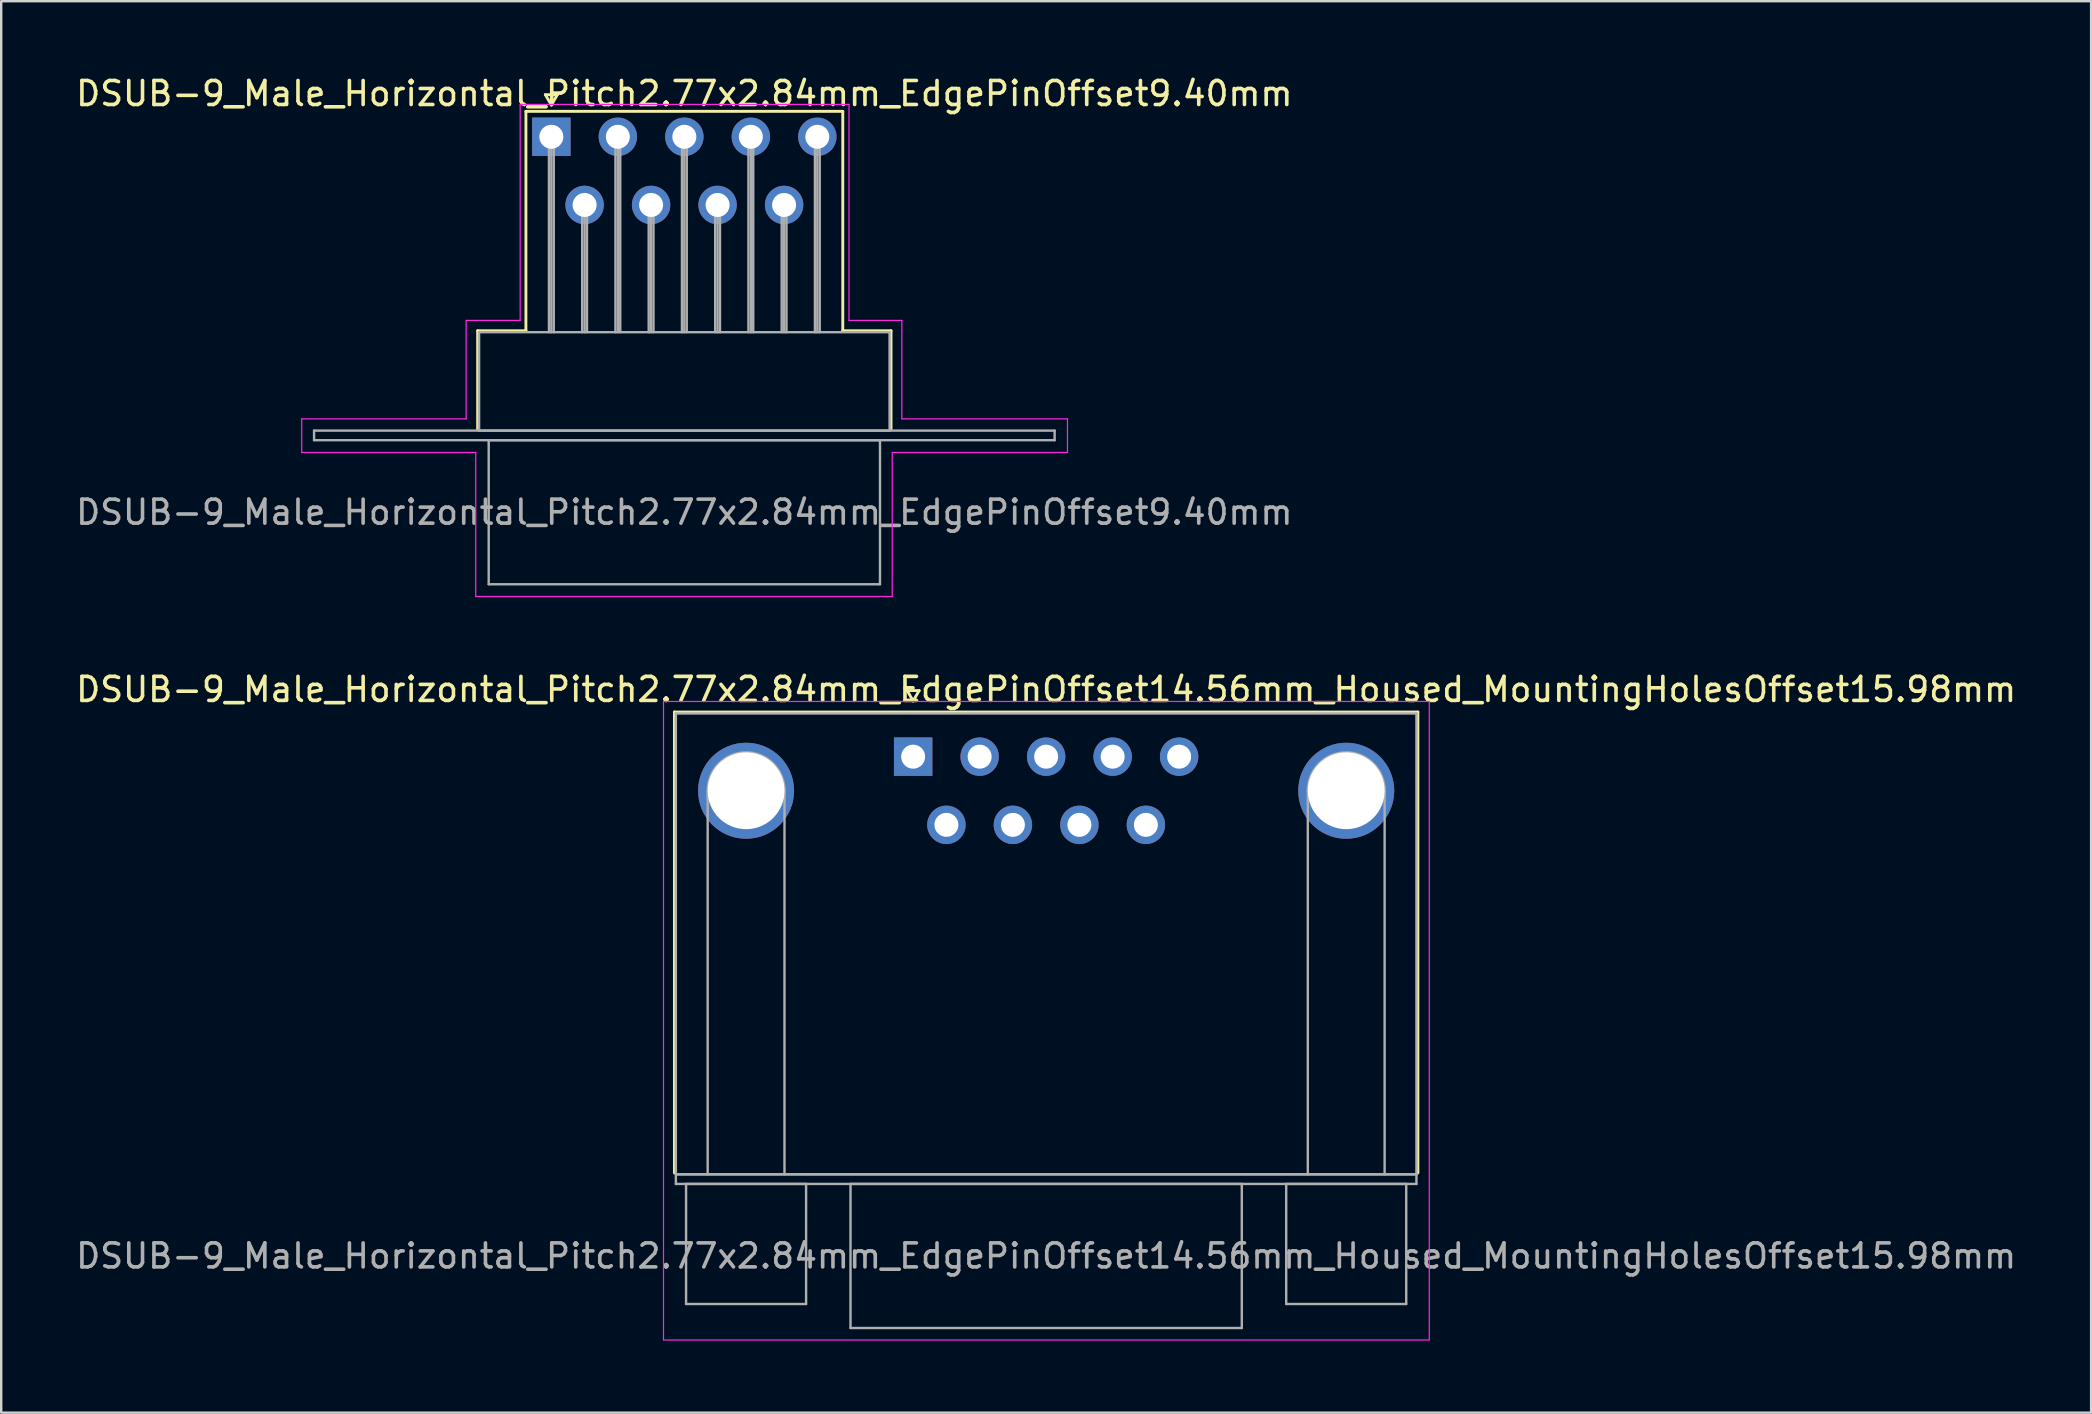
<source format=kicad_pcb>
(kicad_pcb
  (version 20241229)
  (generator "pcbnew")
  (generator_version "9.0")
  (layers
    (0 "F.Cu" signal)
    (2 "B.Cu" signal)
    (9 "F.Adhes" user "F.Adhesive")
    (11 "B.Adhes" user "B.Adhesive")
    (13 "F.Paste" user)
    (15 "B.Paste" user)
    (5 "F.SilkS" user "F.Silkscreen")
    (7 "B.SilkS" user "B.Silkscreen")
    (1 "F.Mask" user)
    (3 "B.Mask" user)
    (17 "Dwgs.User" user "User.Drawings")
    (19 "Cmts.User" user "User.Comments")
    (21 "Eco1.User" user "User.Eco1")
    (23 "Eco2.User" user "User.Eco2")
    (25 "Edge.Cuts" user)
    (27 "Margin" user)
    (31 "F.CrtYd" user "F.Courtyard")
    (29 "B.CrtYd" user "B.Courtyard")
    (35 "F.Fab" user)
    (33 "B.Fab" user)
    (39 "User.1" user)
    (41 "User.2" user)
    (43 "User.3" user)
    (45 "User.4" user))
  (footprint "DSUB-9_Male_Horizontal_Pitch2.77x2.84mm_EdgePinOffset9.40mm"
    (layer "F.Cu")
    (at 19.918 2.648)
    (property "Reference" "DSUB-9_Male_Horizontal_Pitch2.77x2.84mm_EdgePinOffset9.40mm" (at 5.54 -1.8 0) (layer "F.SilkS") (effects (font (size 1 1) (thickness 0.15))))
    (attr through_hole)
    (fp_line (start -3.07 8.08) (end -1.06 8.08) (stroke (width 0.12) (type solid)) (layer "F.SilkS"))
    (fp_line (start -3.07 12.18) (end -3.07 8.08) (stroke (width 0.12) (type solid)) (layer "F.SilkS"))
    (fp_line (start -1.06 -1.06) (end 12.14 -1.06) (stroke (width 0.12) (type solid)) (layer "F.SilkS"))
    (fp_line (start -1.06 8.08) (end -1.06 -1.06) (stroke (width 0.12) (type solid)) (layer "F.SilkS"))
    (fp_line (start -0.25 -1.754) (end 0.25 -1.754) (stroke (width 0.12) (type solid)) (layer "F.SilkS"))
    (fp_line (start 0 -1.321) (end -0.25 -1.754) (stroke (width 0.12) (type solid)) (layer "F.SilkS"))
    (fp_line (start 0.25 -1.754) (end 0 -1.321) (stroke (width 0.12) (type solid)) (layer "F.SilkS"))
    (fp_line (start 12.14 -1.06) (end 12.14 8.08) (stroke (width 0.12) (type solid)) (layer "F.SilkS"))
    (fp_line (start 12.14 8.08) (end 14.15 8.08) (stroke (width 0.12) (type solid)) (layer "F.SilkS"))
    (fp_line (start 14.15 8.08) (end 14.15 12.18) (stroke (width 0.12) (type solid)) (layer "F.SilkS"))
    (fp_line (start -10.4 11.75) (end -3.55 11.75) (stroke (width 0.05) (type solid)) (layer "F.CrtYd"))
    (fp_line (start -10.4 13.15) (end -10.4 11.75) (stroke (width 0.05) (type solid)) (layer "F.CrtYd"))
    (fp_line (start -3.55 7.65) (end -1.3 7.65) (stroke (width 0.05) (type solid)) (layer "F.CrtYd"))
    (fp_line (start -3.55 11.75) (end -3.55 7.65) (stroke (width 0.05) (type solid)) (layer "F.CrtYd"))
    (fp_line (start -3.15 13.15) (end -10.4 13.15) (stroke (width 0.05) (type solid)) (layer "F.CrtYd"))
    (fp_line (start -3.15 19.15) (end -3.15 13.15) (stroke (width 0.05) (type solid)) (layer "F.CrtYd"))
    (fp_line (start -1.3 -1.35) (end 12.4 -1.35) (stroke (width 0.05) (type solid)) (layer "F.CrtYd"))
    (fp_line (start -1.3 7.65) (end -1.3 -1.35) (stroke (width 0.05) (type solid)) (layer "F.CrtYd"))
    (fp_line (start 12.4 -1.35) (end 12.4 7.65) (stroke (width 0.05) (type solid)) (layer "F.CrtYd"))
    (fp_line (start 12.4 7.65) (end 14.6 7.65) (stroke (width 0.05) (type solid)) (layer "F.CrtYd"))
    (fp_line (start 14.2 13.15) (end 14.2 19.15) (stroke (width 0.05) (type solid)) (layer "F.CrtYd"))
    (fp_line (start 14.2 19.15) (end -3.15 19.15) (stroke (width 0.05) (type solid)) (layer "F.CrtYd"))
    (fp_line (start 14.6 7.65) (end 14.6 11.75) (stroke (width 0.05) (type solid)) (layer "F.CrtYd"))
    (fp_line (start 14.6 11.75) (end 21.5 11.75) (stroke (width 0.05) (type solid)) (layer "F.CrtYd"))
    (fp_line (start 21.5 11.75) (end 21.5 13.15) (stroke (width 0.05) (type solid)) (layer "F.CrtYd"))
    (fp_line (start 21.5 13.15) (end 14.2 13.15) (stroke (width 0.05) (type solid)) (layer "F.CrtYd"))
    (fp_line (start -9.885 12.24) (end -9.885 12.64) (stroke (width 0.1) (type solid)) (layer "F.Fab"))
    (fp_line (start -9.885 12.64) (end 20.965 12.64) (stroke (width 0.1) (type solid)) (layer "F.Fab"))
    (fp_line (start -3.01 8.14) (end -3.01 12.24) (stroke (width 0.1) (type solid)) (layer "F.Fab"))
    (fp_line (start -3.01 12.24) (end 14.09 12.24) (stroke (width 0.1) (type solid)) (layer "F.Fab"))
    (fp_line (start -2.61 12.64) (end -2.61 18.64) (stroke (width 0.1) (type solid)) (layer "F.Fab"))
    (fp_line (start -2.61 18.64) (end 13.69 18.64) (stroke (width 0.1) (type solid)) (layer "F.Fab"))
    (fp_line (start -0.1 0) (end -0.1 8.14) (stroke (width 0.1) (type solid)) (layer "F.Fab"))
    (fp_line (start 0 0) (end 0 8.14) (stroke (width 0.1) (type solid)) (layer "F.Fab"))
    (fp_line (start 0.1 0) (end 0.1 8.14) (stroke (width 0.1) (type solid)) (layer "F.Fab"))
    (fp_line (start 1.285 2.84) (end 1.285 8.14) (stroke (width 0.1) (type solid)) (layer "F.Fab"))
    (fp_line (start 1.385 2.84) (end 1.385 8.14) (stroke (width 0.1) (type solid)) (layer "F.Fab"))
    (fp_line (start 1.485 2.84) (end 1.485 8.14) (stroke (width 0.1) (type solid)) (layer "F.Fab"))
    (fp_line (start 2.67 0) (end 2.67 8.14) (stroke (width 0.1) (type solid)) (layer "F.Fab"))
    (fp_line (start 2.77 0) (end 2.77 8.14) (stroke (width 0.1) (type solid)) (layer "F.Fab"))
    (fp_line (start 2.87 0) (end 2.87 8.14) (stroke (width 0.1) (type solid)) (layer "F.Fab"))
    (fp_line (start 4.055 2.84) (end 4.055 8.14) (stroke (width 0.1) (type solid)) (layer "F.Fab"))
    (fp_line (start 4.155 2.84) (end 4.155 8.14) (stroke (width 0.1) (type solid)) (layer "F.Fab"))
    (fp_line (start 4.255 2.84) (end 4.255 8.14) (stroke (width 0.1) (type solid)) (layer "F.Fab"))
    (fp_line (start 5.44 0) (end 5.44 8.14) (stroke (width 0.1) (type solid)) (layer "F.Fab"))
    (fp_line (start 5.54 0) (end 5.54 8.14) (stroke (width 0.1) (type solid)) (layer "F.Fab"))
    (fp_line (start 5.64 0) (end 5.64 8.14) (stroke (width 0.1) (type solid)) (layer "F.Fab"))
    (fp_line (start 6.825 2.84) (end 6.825 8.14) (stroke (width 0.1) (type solid)) (layer "F.Fab"))
    (fp_line (start 6.925 2.84) (end 6.925 8.14) (stroke (width 0.1) (type solid)) (layer "F.Fab"))
    (fp_line (start 7.025 2.84) (end 7.025 8.14) (stroke (width 0.1) (type solid)) (layer "F.Fab"))
    (fp_line (start 8.21 0) (end 8.21 8.14) (stroke (width 0.1) (type solid)) (layer "F.Fab"))
    (fp_line (start 8.31 0) (end 8.31 8.14) (stroke (width 0.1) (type solid)) (layer "F.Fab"))
    (fp_line (start 8.41 0) (end 8.41 8.14) (stroke (width 0.1) (type solid)) (layer "F.Fab"))
    (fp_line (start 9.595 2.84) (end 9.595 8.14) (stroke (width 0.1) (type solid)) (layer "F.Fab"))
    (fp_line (start 9.695 2.84) (end 9.695 8.14) (stroke (width 0.1) (type solid)) (layer "F.Fab"))
    (fp_line (start 9.795 2.84) (end 9.795 8.14) (stroke (width 0.1) (type solid)) (layer "F.Fab"))
    (fp_line (start 10.98 0) (end 10.98 8.14) (stroke (width 0.1) (type solid)) (layer "F.Fab"))
    (fp_line (start 11.08 0) (end 11.08 8.14) (stroke (width 0.1) (type solid)) (layer "F.Fab"))
    (fp_line (start 11.18 0) (end 11.18 8.14) (stroke (width 0.1) (type solid)) (layer "F.Fab"))
    (fp_line (start 13.69 12.64) (end -2.61 12.64) (stroke (width 0.1) (type solid)) (layer "F.Fab"))
    (fp_line (start 13.69 18.64) (end 13.69 12.64) (stroke (width 0.1) (type solid)) (layer "F.Fab"))
    (fp_line (start 14.09 8.14) (end -3.01 8.14) (stroke (width 0.1) (type solid)) (layer "F.Fab"))
    (fp_line (start 14.09 12.24) (end 14.09 8.14) (stroke (width 0.1) (type solid)) (layer "F.Fab"))
    (fp_line (start 20.965 12.24) (end -9.885 12.24) (stroke (width 0.1) (type solid)) (layer "F.Fab"))
    (fp_line (start 20.965 12.64) (end 20.965 12.24) (stroke (width 0.1) (type solid)) (layer "F.Fab"))
    (fp_text user "${REFERENCE}" (at 5.54 15.64 0) (layer "F.Fab") (effects (font (size 1 1) (thickness 0.15))))
    (pad "1" thru_hole rect (at 0 0) (size 1.6 1.6) (drill 1) (layers "*.Cu" "*.Mask"))
    (pad "2" thru_hole circle (at 2.77 0) (size 1.6 1.6) (drill 1) (layers "*.Cu" "*.Mask"))
    (pad "3" thru_hole circle (at 5.54 0) (size 1.6 1.6) (drill 1) (layers "*.Cu" "*.Mask"))
    (pad "4" thru_hole circle (at 8.31 0) (size 1.6 1.6) (drill 1) (layers "*.Cu" "*.Mask"))
    (pad "5" thru_hole circle (at 11.08 0) (size 1.6 1.6) (drill 1) (layers "*.Cu" "*.Mask"))
    (pad "6" thru_hole circle (at 1.385 2.84) (size 1.6 1.6) (drill 1) (layers "*.Cu" "*.Mask"))
    (pad "7" thru_hole circle (at 4.155 2.84) (size 1.6 1.6) (drill 1) (layers "*.Cu" "*.Mask"))
    (pad "8" thru_hole circle (at 6.925 2.84) (size 1.6 1.6) (drill 1) (layers "*.Cu" "*.Mask"))
    (pad "9" thru_hole circle (at 9.695 2.84) (size 1.6 1.6) (drill 1) (layers "*.Cu" "*.Mask")))
  (footprint "DSUB-9_Male_Horizontal_Pitch2.77x2.84mm_EdgePinOffset14.56mm_Housed_MountingHolesOffset15.98mm"
    (layer "F.Cu")
    (at 34.99 28.471)
    (property "Reference" "DSUB-9_Male_Horizontal_Pitch2.77x2.84mm_EdgePinOffset14.56mm_Housed_MountingHolesOffset15.98mm" (at 5.54 -2.8 0) (layer "F.SilkS") (effects (font (size 1 1) (thickness 0.15))))
    (attr through_hole)
    (fp_line (start -9.945 -1.86) (end 21.025 -1.86) (stroke (width 0.12) (type solid)) (layer "F.SilkS"))
    (fp_line (start -9.945 17.34) (end -9.945 -1.86) (stroke (width 0.12) (type solid)) (layer "F.SilkS"))
    (fp_line (start -0.25 -2.754) (end 0.25 -2.754) (stroke (width 0.12) (type solid)) (layer "F.SilkS"))
    (fp_line (start 0 -2.321) (end -0.25 -2.754) (stroke (width 0.12) (type solid)) (layer "F.SilkS"))
    (fp_line (start 0.25 -2.754) (end 0 -2.321) (stroke (width 0.12) (type solid)) (layer "F.SilkS"))
    (fp_line (start 21.025 -1.86) (end 21.025 17.34) (stroke (width 0.12) (type solid)) (layer "F.SilkS"))
    (fp_line (start -10.4 -2.3) (end -10.4 24.3) (stroke (width 0.05) (type solid)) (layer "F.CrtYd"))
    (fp_line (start -10.4 24.3) (end 21.5 24.3) (stroke (width 0.05) (type solid)) (layer "F.CrtYd"))
    (fp_line (start 21.5 -2.3) (end -10.4 -2.3) (stroke (width 0.05) (type solid)) (layer "F.CrtYd"))
    (fp_line (start 21.5 24.3) (end 21.5 -2.3) (stroke (width 0.05) (type solid)) (layer "F.CrtYd"))
    (fp_line (start -9.885 -1.8) (end -9.885 17.4) (stroke (width 0.1) (type solid)) (layer "F.Fab"))
    (fp_line (start -9.885 17.4) (end -9.885 17.8) (stroke (width 0.1) (type solid)) (layer "F.Fab"))
    (fp_line (start -9.885 17.4) (end 20.965 17.4) (stroke (width 0.1) (type solid)) (layer "F.Fab"))
    (fp_line (start -9.885 17.8) (end 20.965 17.8) (stroke (width 0.1) (type solid)) (layer "F.Fab"))
    (fp_line (start -9.46 17.8) (end -9.46 22.8) (stroke (width 0.1) (type solid)) (layer "F.Fab"))
    (fp_line (start -9.46 22.8) (end -4.46 22.8) (stroke (width 0.1) (type solid)) (layer "F.Fab"))
    (fp_line (start -8.56 17.4) (end -8.56 1.42) (stroke (width 0.1) (type solid)) (layer "F.Fab"))
    (fp_line (start -5.36 17.4) (end -5.36 1.42) (stroke (width 0.1) (type solid)) (layer "F.Fab"))
    (fp_line (start -4.46 17.8) (end -9.46 17.8) (stroke (width 0.1) (type solid)) (layer "F.Fab"))
    (fp_line (start -4.46 22.8) (end -4.46 17.8) (stroke (width 0.1) (type solid)) (layer "F.Fab"))
    (fp_line (start -2.61 17.8) (end -2.61 23.8) (stroke (width 0.1) (type solid)) (layer "F.Fab"))
    (fp_line (start -2.61 23.8) (end 13.69 23.8) (stroke (width 0.1) (type solid)) (layer "F.Fab"))
    (fp_line (start 13.69 17.8) (end -2.61 17.8) (stroke (width 0.1) (type solid)) (layer "F.Fab"))
    (fp_line (start 13.69 23.8) (end 13.69 17.8) (stroke (width 0.1) (type solid)) (layer "F.Fab"))
    (fp_line (start 15.54 17.8) (end 15.54 22.8) (stroke (width 0.1) (type solid)) (layer "F.Fab"))
    (fp_line (start 15.54 22.8) (end 20.54 22.8) (stroke (width 0.1) (type solid)) (layer "F.Fab"))
    (fp_line (start 16.44 17.4) (end 16.44 1.42) (stroke (width 0.1) (type solid)) (layer "F.Fab"))
    (fp_line (start 19.64 17.4) (end 19.64 1.42) (stroke (width 0.1) (type solid)) (layer "F.Fab"))
    (fp_line (start 20.54 17.8) (end 15.54 17.8) (stroke (width 0.1) (type solid)) (layer "F.Fab"))
    (fp_line (start 20.54 22.8) (end 20.54 17.8) (stroke (width 0.1) (type solid)) (layer "F.Fab"))
    (fp_line (start 20.965 -1.8) (end -9.885 -1.8) (stroke (width 0.1) (type solid)) (layer "F.Fab"))
    (fp_line (start 20.965 17.4) (end -9.885 17.4) (stroke (width 0.1) (type solid)) (layer "F.Fab"))
    (fp_line (start 20.965 17.4) (end 20.965 -1.8) (stroke (width 0.1) (type solid)) (layer "F.Fab"))
    (fp_line (start 20.965 17.8) (end 20.965 17.4) (stroke (width 0.1) (type solid)) (layer "F.Fab"))
    (fp_arc (start -8.56 1.42) (mid -6.96 -0.18) (end -5.36 1.42) (stroke (width 0.1) (type solid)) (layer "F.Fab"))
    (fp_arc (start 16.44 1.42) (mid 18.04 -0.18) (end 19.64 1.42) (stroke (width 0.1) (type solid)) (layer "F.Fab"))
    (fp_text user "${REFERENCE}" (at 5.54 20.8 0) (layer "F.Fab") (effects (font (size 1 1) (thickness 0.15))))
    (pad "0" thru_hole circle (at -6.96 1.42) (size 4 4) (drill 3.2) (layers "*.Cu" "*.Mask"))
    (pad "0" thru_hole circle (at 18.04 1.42) (size 4 4) (drill 3.2) (layers "*.Cu" "*.Mask"))
    (pad "1" thru_hole rect (at 0 0) (size 1.6 1.6) (drill 1) (layers "*.Cu" "*.Mask"))
    (pad "2" thru_hole circle (at 2.77 0) (size 1.6 1.6) (drill 1) (layers "*.Cu" "*.Mask"))
    (pad "3" thru_hole circle (at 5.54 0) (size 1.6 1.6) (drill 1) (layers "*.Cu" "*.Mask"))
    (pad "4" thru_hole circle (at 8.31 0) (size 1.6 1.6) (drill 1) (layers "*.Cu" "*.Mask"))
    (pad "5" thru_hole circle (at 11.08 0) (size 1.6 1.6) (drill 1) (layers "*.Cu" "*.Mask"))
    (pad "6" thru_hole circle (at 1.385 2.84) (size 1.6 1.6) (drill 1) (layers "*.Cu" "*.Mask"))
    (pad "7" thru_hole circle (at 4.155 2.84) (size 1.6 1.6) (drill 1) (layers "*.Cu" "*.Mask"))
    (pad "8" thru_hole circle (at 6.925 2.84) (size 1.6 1.6) (drill 1) (layers "*.Cu" "*.Mask"))
    (pad "9" thru_hole circle (at 9.695 2.84) (size 1.6 1.6) (drill 1) (layers "*.Cu" "*.Mask")))
  (gr_rect
    (start -3 -3)
    (end 84.06 55.797)
    (stroke (width 0.1) (type default))
    (fill no)
    (layer "Edge.Cuts")))
</source>
